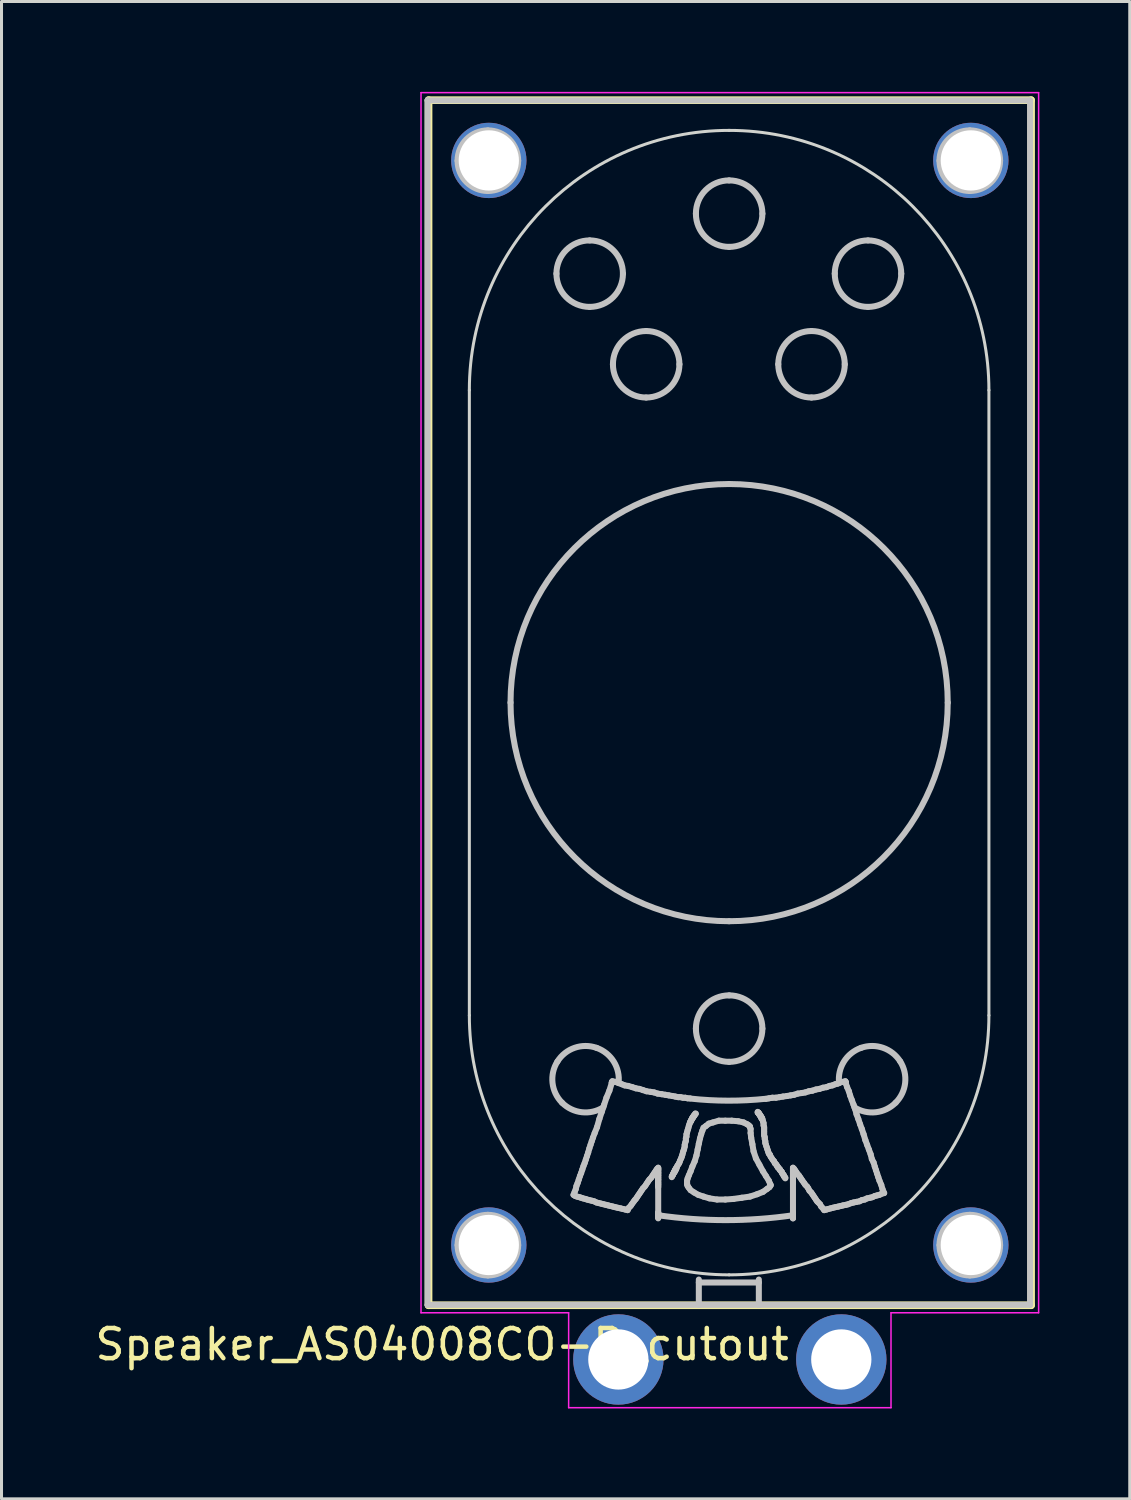
<source format=kicad_pcb>
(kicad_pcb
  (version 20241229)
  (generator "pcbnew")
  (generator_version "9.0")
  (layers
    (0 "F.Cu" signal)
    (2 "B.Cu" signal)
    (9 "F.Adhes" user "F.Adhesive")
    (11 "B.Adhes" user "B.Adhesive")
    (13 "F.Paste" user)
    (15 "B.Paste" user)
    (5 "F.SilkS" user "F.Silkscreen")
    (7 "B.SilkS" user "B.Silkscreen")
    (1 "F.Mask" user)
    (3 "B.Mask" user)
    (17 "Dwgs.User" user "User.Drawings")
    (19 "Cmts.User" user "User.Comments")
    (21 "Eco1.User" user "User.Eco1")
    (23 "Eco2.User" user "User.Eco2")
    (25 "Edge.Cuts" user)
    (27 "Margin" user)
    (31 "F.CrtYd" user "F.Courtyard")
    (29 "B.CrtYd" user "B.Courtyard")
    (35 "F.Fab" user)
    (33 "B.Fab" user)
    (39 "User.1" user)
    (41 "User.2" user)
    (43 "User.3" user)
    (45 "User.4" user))
  (footprint "Speaker_AS04008CO-R_cutout"
    (layer "F.Cu")
    (at 21.175 20.275)
    (property "Reference" "Speaker_AS04008CO-R_cutout" (at -9.55 21.3 0) (layer "F.SilkS") (effects (font (size 1 1) (thickness 0.15))))
    (attr smd)
    (fp_line (start -10 -20) (end -10 20) (stroke (width 0.254) (type solid)) (layer "F.SilkS"))
    (fp_line (start -10 -20) (end 10 -20) (stroke (width 0.254) (type solid)) (layer "F.SilkS"))
    (fp_line (start -10 20) (end 10 20) (stroke (width 0.254) (type solid)) (layer "F.SilkS"))
    (fp_line (start 10 -20) (end 10 20) (stroke (width 0.254) (type solid)) (layer "F.SilkS"))
    (fp_line (start -10.033 -19.993) (end 9.967 -19.993) (stroke (width 0.2) (type solid)) (layer "Dwgs.User"))
    (fp_line (start -10.033 19.987) (end -10.033 -19.993) (stroke (width 0.2) (type solid)) (layer "Dwgs.User"))
    (fp_line (start -5.189 16.335) (end -5.13 16.374) (stroke (width 0.2) (type solid)) (layer "Dwgs.User"))
    (fp_line (start -5.15 16.237) (end -5.189 16.335) (stroke (width 0.2) (type solid)) (layer "Dwgs.User"))
    (fp_line (start -5.13 16.374) (end -5.072 16.393) (stroke (width 0.2) (type solid)) (layer "Dwgs.User"))
    (fp_line (start -5.111 16.139) (end -5.15 16.237) (stroke (width 0.2) (type solid)) (layer "Dwgs.User"))
    (fp_line (start -5.091 16.042) (end -5.111 16.139) (stroke (width 0.2) (type solid)) (layer "Dwgs.User"))
    (fp_line (start -5.072 16.393) (end -4.994 16.413) (stroke (width 0.2) (type solid)) (layer "Dwgs.User"))
    (fp_line (start -5.052 15.944) (end -5.091 16.042) (stroke (width 0.2) (type solid)) (layer "Dwgs.User"))
    (fp_line (start -5.013 15.827) (end -5.052 15.944) (stroke (width 0.2) (type solid)) (layer "Dwgs.User"))
    (fp_line (start -4.994 16.413) (end -4.935 16.432) (stroke (width 0.2) (type solid)) (layer "Dwgs.User"))
    (fp_line (start -4.974 15.71) (end -5.013 15.827) (stroke (width 0.2) (type solid)) (layer "Dwgs.User"))
    (fp_line (start -4.935 15.612) (end -4.974 15.71) (stroke (width 0.2) (type solid)) (layer "Dwgs.User"))
    (fp_line (start -4.935 16.432) (end -4.876 16.452) (stroke (width 0.2) (type solid)) (layer "Dwgs.User"))
    (fp_line (start -4.896 15.495) (end -4.935 15.612) (stroke (width 0.2) (type solid)) (layer "Dwgs.User"))
    (fp_line (start -4.876 16.452) (end -4.798 16.471) (stroke (width 0.2) (type solid)) (layer "Dwgs.User"))
    (fp_line (start -4.857 15.378) (end -4.896 15.495) (stroke (width 0.2) (type solid)) (layer "Dwgs.User"))
    (fp_line (start -4.818 15.28) (end -4.857 15.378) (stroke (width 0.2) (type solid)) (layer "Dwgs.User"))
    (fp_line (start -4.798 16.471) (end -4.74 16.491) (stroke (width 0.2) (type solid)) (layer "Dwgs.User"))
    (fp_line (start -4.779 15.163) (end -4.818 15.28) (stroke (width 0.2) (type solid)) (layer "Dwgs.User"))
    (fp_line (start -4.74 15.046) (end -4.779 15.163) (stroke (width 0.2) (type solid)) (layer "Dwgs.User"))
    (fp_line (start -4.74 16.491) (end -4.662 16.511) (stroke (width 0.2) (type solid)) (layer "Dwgs.User"))
    (fp_line (start -4.701 14.929) (end -4.74 15.046) (stroke (width 0.2) (type solid)) (layer "Dwgs.User"))
    (fp_line (start -4.662 14.792) (end -4.701 14.929) (stroke (width 0.2) (type solid)) (layer "Dwgs.User"))
    (fp_line (start -4.662 16.511) (end -4.584 16.53) (stroke (width 0.2) (type solid)) (layer "Dwgs.User"))
    (fp_line (start -4.623 14.675) (end -4.662 14.792) (stroke (width 0.2) (type solid)) (layer "Dwgs.User"))
    (fp_line (start -4.584 14.557) (end -4.623 14.675) (stroke (width 0.2) (type solid)) (layer "Dwgs.User"))
    (fp_line (start -4.584 16.53) (end -4.505 16.55) (stroke (width 0.2) (type solid)) (layer "Dwgs.User"))
    (fp_line (start -4.544 14.44) (end -4.584 14.557) (stroke (width 0.2) (type solid)) (layer "Dwgs.User"))
    (fp_line (start -4.505 16.55) (end -4.427 16.589) (stroke (width 0.2) (type solid)) (layer "Dwgs.User"))
    (fp_line (start -4.486 14.284) (end -4.544 14.44) (stroke (width 0.2) (type solid)) (layer "Dwgs.User"))
    (fp_line (start -4.427 16.589) (end -4.349 16.608) (stroke (width 0.2) (type solid)) (layer "Dwgs.User"))
    (fp_line (start -4.408 14.089) (end -4.486 14.284) (stroke (width 0.2) (type solid)) (layer "Dwgs.User"))
    (fp_line (start -4.349 16.608) (end -4.271 16.628) (stroke (width 0.2) (type solid)) (layer "Dwgs.User"))
    (fp_line (start -4.33 13.815) (end -4.408 14.089) (stroke (width 0.2) (type solid)) (layer "Dwgs.User"))
    (fp_line (start -4.271 16.628) (end -4.193 16.647) (stroke (width 0.2) (type solid)) (layer "Dwgs.User"))
    (fp_line (start -4.251 13.581) (end -4.33 13.815) (stroke (width 0.2) (type solid)) (layer "Dwgs.User"))
    (fp_line (start -4.193 16.647) (end -4.115 16.667) (stroke (width 0.2) (type solid)) (layer "Dwgs.User"))
    (fp_line (start -4.173 13.347) (end -4.251 13.581) (stroke (width 0.2) (type solid)) (layer "Dwgs.User"))
    (fp_line (start -4.115 16.667) (end -4.037 16.686) (stroke (width 0.2) (type solid)) (layer "Dwgs.User"))
    (fp_line (start -4.095 13.112) (end -4.173 13.347) (stroke (width 0.2) (type solid)) (layer "Dwgs.User"))
    (fp_line (start -4.037 16.686) (end -3.959 16.706) (stroke (width 0.2) (type solid)) (layer "Dwgs.User"))
    (fp_line (start -3.998 12.878) (end -4.095 13.112) (stroke (width 0.2) (type solid)) (layer "Dwgs.User"))
    (fp_line (start -3.959 16.706) (end -3.88 16.725) (stroke (width 0.2) (type solid)) (layer "Dwgs.User"))
    (fp_line (start -3.919 12.604) (end -3.919 12.624) (stroke (width 0.2) (type solid)) (layer "Dwgs.User"))
    (fp_line (start -3.919 12.624) (end -3.998 12.878) (stroke (width 0.2) (type solid)) (layer "Dwgs.User"))
    (fp_line (start -3.9 12.565) (end -3.9 12.585) (stroke (width 0.2) (type solid)) (layer "Dwgs.User"))
    (fp_line (start -3.9 12.585) (end -3.9 12.604) (stroke (width 0.2) (type solid)) (layer "Dwgs.User"))
    (fp_line (start -3.9 12.604) (end -3.919 12.604) (stroke (width 0.2) (type solid)) (layer "Dwgs.User"))
    (fp_line (start -3.88 16.725) (end -3.802 16.745) (stroke (width 0.2) (type solid)) (layer "Dwgs.User"))
    (fp_line (start -3.802 12.585) (end -3.9 12.565) (stroke (width 0.2) (type solid)) (layer "Dwgs.User"))
    (fp_line (start -3.802 16.745) (end -3.724 16.764) (stroke (width 0.2) (type solid)) (layer "Dwgs.User"))
    (fp_line (start -3.724 16.764) (end -3.626 16.784) (stroke (width 0.2) (type solid)) (layer "Dwgs.User"))
    (fp_line (start -3.685 12.624) (end -3.802 12.585) (stroke (width 0.2) (type solid)) (layer "Dwgs.User"))
    (fp_line (start -3.626 16.784) (end -3.548 16.804) (stroke (width 0.2) (type solid)) (layer "Dwgs.User"))
    (fp_line (start -3.587 12.663) (end -3.685 12.624) (stroke (width 0.2) (type solid)) (layer "Dwgs.User"))
    (fp_line (start -3.548 16.804) (end -3.47 16.823) (stroke (width 0.2) (type solid)) (layer "Dwgs.User"))
    (fp_line (start -3.49 12.702) (end -3.587 12.663) (stroke (width 0.2) (type solid)) (layer "Dwgs.User"))
    (fp_line (start -3.47 16.823) (end -3.392 16.843) (stroke (width 0.2) (type solid)) (layer "Dwgs.User"))
    (fp_line (start -3.392 16.843) (end -3.353 16.764) (stroke (width 0.2) (type solid)) (layer "Dwgs.User"))
    (fp_line (start -3.373 12.721) (end -3.49 12.702) (stroke (width 0.2) (type solid)) (layer "Dwgs.User"))
    (fp_line (start -3.353 16.764) (end -3.294 16.706) (stroke (width 0.2) (type solid)) (layer "Dwgs.User"))
    (fp_line (start -3.294 16.706) (end -3.255 16.647) (stroke (width 0.2) (type solid)) (layer "Dwgs.User"))
    (fp_line (start -3.255 16.647) (end -3.197 16.569) (stroke (width 0.2) (type solid)) (layer "Dwgs.User"))
    (fp_line (start -3.236 12.761) (end -3.373 12.721) (stroke (width 0.2) (type solid)) (layer "Dwgs.User"))
    (fp_line (start -3.197 16.569) (end -3.158 16.511) (stroke (width 0.2) (type solid)) (layer "Dwgs.User"))
    (fp_line (start -3.158 16.511) (end -3.119 16.471) (stroke (width 0.2) (type solid)) (layer "Dwgs.User"))
    (fp_line (start -3.119 12.8) (end -3.236 12.761) (stroke (width 0.2) (type solid)) (layer "Dwgs.User"))
    (fp_line (start -3.119 16.471) (end -3.08 16.413) (stroke (width 0.2) (type solid)) (layer "Dwgs.User"))
    (fp_line (start -3.08 16.413) (end -3.041 16.354) (stroke (width 0.2) (type solid)) (layer "Dwgs.User"))
    (fp_line (start -3.041 16.354) (end -3.001 16.296) (stroke (width 0.2) (type solid)) (layer "Dwgs.User"))
    (fp_line (start -3.001 12.819) (end -3.119 12.8) (stroke (width 0.2) (type solid)) (layer "Dwgs.User"))
    (fp_line (start -3.001 16.296) (end -2.962 16.237) (stroke (width 0.2) (type solid)) (layer "Dwgs.User"))
    (fp_line (start -2.962 16.237) (end -2.923 16.179) (stroke (width 0.2) (type solid)) (layer "Dwgs.User"))
    (fp_line (start -2.923 16.179) (end -2.884 16.12) (stroke (width 0.2) (type solid)) (layer "Dwgs.User"))
    (fp_line (start -2.884 12.858) (end -3.001 12.819) (stroke (width 0.2) (type solid)) (layer "Dwgs.User"))
    (fp_line (start -2.884 16.12) (end -2.826 16.061) (stroke (width 0.2) (type solid)) (layer "Dwgs.User"))
    (fp_line (start -2.826 16.061) (end -2.787 16.003) (stroke (width 0.2) (type solid)) (layer "Dwgs.User"))
    (fp_line (start -2.787 16.003) (end -2.748 15.944) (stroke (width 0.2) (type solid)) (layer "Dwgs.User"))
    (fp_line (start -2.767 12.897) (end -2.884 12.858) (stroke (width 0.2) (type solid)) (layer "Dwgs.User"))
    (fp_line (start -2.748 15.944) (end -2.709 15.886) (stroke (width 0.2) (type solid)) (layer "Dwgs.User"))
    (fp_line (start -2.709 15.886) (end -2.669 15.827) (stroke (width 0.2) (type solid)) (layer "Dwgs.User"))
    (fp_line (start -2.669 15.827) (end -2.611 15.768) (stroke (width 0.2) (type solid)) (layer "Dwgs.User"))
    (fp_line (start -2.63 12.917) (end -2.767 12.897) (stroke (width 0.2) (type solid)) (layer "Dwgs.User"))
    (fp_line (start -2.611 15.768) (end -2.572 15.71) (stroke (width 0.2) (type solid)) (layer "Dwgs.User"))
    (fp_line (start -2.572 15.71) (end -2.533 15.651) (stroke (width 0.2) (type solid)) (layer "Dwgs.User"))
    (fp_line (start -2.533 15.651) (end -2.494 15.593) (stroke (width 0.2) (type solid)) (layer "Dwgs.User"))
    (fp_line (start -2.513 12.936) (end -2.63 12.917) (stroke (width 0.2) (type solid)) (layer "Dwgs.User"))
    (fp_line (start -2.494 15.593) (end -2.455 15.534) (stroke (width 0.2) (type solid)) (layer "Dwgs.User"))
    (fp_line (start -2.455 15.534) (end -2.416 15.475) (stroke (width 0.2) (type solid)) (layer "Dwgs.User"))
    (fp_line (start -2.416 15.475) (end -2.377 15.436) (stroke (width 0.2) (type solid)) (layer "Dwgs.User"))
    (fp_line (start -2.396 12.975) (end -2.513 12.936) (stroke (width 0.2) (type solid)) (layer "Dwgs.User"))
    (fp_line (start -2.377 15.436) (end -2.377 15.456) (stroke (width 0.2) (type solid)) (layer "Dwgs.User"))
    (fp_line (start -2.377 15.456) (end -2.377 15.475) (stroke (width 0.2) (type solid)) (layer "Dwgs.User"))
    (fp_line (start -2.377 15.475) (end -2.377 15.495) (stroke (width 0.2) (type solid)) (layer "Dwgs.User"))
    (fp_line (start -2.377 15.495) (end -2.377 15.514) (stroke (width 0.2) (type solid)) (layer "Dwgs.User"))
    (fp_line (start -2.377 15.514) (end -2.377 15.534) (stroke (width 0.2) (type solid)) (layer "Dwgs.User"))
    (fp_line (start -2.377 15.534) (end -2.377 15.573) (stroke (width 0.2) (type solid)) (layer "Dwgs.User"))
    (fp_line (start -2.377 15.573) (end -2.377 15.593) (stroke (width 0.2) (type solid)) (layer "Dwgs.User"))
    (fp_line (start -2.377 15.593) (end -2.377 15.612) (stroke (width 0.2) (type solid)) (layer "Dwgs.User"))
    (fp_line (start -2.377 15.612) (end -2.377 15.632) (stroke (width 0.2) (type solid)) (layer "Dwgs.User"))
    (fp_line (start -2.377 15.632) (end -2.377 15.671) (stroke (width 0.2) (type solid)) (layer "Dwgs.User"))
    (fp_line (start -2.377 15.671) (end -2.377 15.69) (stroke (width 0.2) (type solid)) (layer "Dwgs.User"))
    (fp_line (start -2.377 15.69) (end -2.377 15.71) (stroke (width 0.2) (type solid)) (layer "Dwgs.User"))
    (fp_line (start -2.377 15.71) (end -2.377 15.749) (stroke (width 0.2) (type solid)) (layer "Dwgs.User"))
    (fp_line (start -2.377 15.749) (end -2.377 15.768) (stroke (width 0.2) (type solid)) (layer "Dwgs.User"))
    (fp_line (start -2.377 15.768) (end -2.377 15.807) (stroke (width 0.2) (type solid)) (layer "Dwgs.User"))
    (fp_line (start -2.377 15.807) (end -2.377 15.827) (stroke (width 0.2) (type solid)) (layer "Dwgs.User"))
    (fp_line (start -2.377 15.827) (end -2.377 15.847) (stroke (width 0.2) (type solid)) (layer "Dwgs.User"))
    (fp_line (start -2.377 15.847) (end -2.377 15.886) (stroke (width 0.2) (type solid)) (layer "Dwgs.User"))
    (fp_line (start -2.377 15.886) (end -2.377 15.925) (stroke (width 0.2) (type solid)) (layer "Dwgs.User"))
    (fp_line (start -2.377 15.925) (end -2.377 15.944) (stroke (width 0.2) (type solid)) (layer "Dwgs.User"))
    (fp_line (start -2.377 15.944) (end -2.377 15.983) (stroke (width 0.2) (type solid)) (layer "Dwgs.User"))
    (fp_line (start -2.377 15.983) (end -2.377 16.003) (stroke (width 0.2) (type solid)) (layer "Dwgs.User"))
    (fp_line (start -2.377 16.003) (end -2.377 16.042) (stroke (width 0.2) (type solid)) (layer "Dwgs.User"))
    (fp_line (start -2.377 16.042) (end -2.377 16.081) (stroke (width 0.2) (type solid)) (layer "Dwgs.User"))
    (fp_line (start -2.377 16.921) (end -2.377 16.081) (stroke (width 0.2) (type solid)) (layer "Dwgs.User"))
    (fp_line (start -2.377 16.921) (end -2.377 16.921) (stroke (width 0.2) (type solid)) (layer "Dwgs.User"))
    (fp_line (start -2.377 16.921) (end -2.377 16.94) (stroke (width 0.2) (type solid)) (layer "Dwgs.User"))
    (fp_line (start -2.377 16.94) (end -2.377 16.96) (stroke (width 0.2) (type solid)) (layer "Dwgs.User"))
    (fp_line (start -2.377 16.96) (end -2.377 16.979) (stroke (width 0.2) (type solid)) (layer "Dwgs.User"))
    (fp_line (start -2.377 16.979) (end -2.377 16.999) (stroke (width 0.2) (type solid)) (layer "Dwgs.User"))
    (fp_line (start -2.377 16.999) (end -2.377 17.018) (stroke (width 0.2) (type solid)) (layer "Dwgs.User"))
    (fp_line (start -2.377 17.018) (end -2.377 17.018) (stroke (width 0.2) (type solid)) (layer "Dwgs.User"))
    (fp_line (start -2.377 17.018) (end -2.377 17.038) (stroke (width 0.2) (type solid)) (layer "Dwgs.User"))
    (fp_line (start -2.377 17.038) (end -2.377 17.057) (stroke (width 0.2) (type solid)) (layer "Dwgs.User"))
    (fp_line (start -2.377 17.057) (end -2.377 17.077) (stroke (width 0.2) (type solid)) (layer "Dwgs.User"))
    (fp_line (start -2.377 17.077) (end -2.377 17.097) (stroke (width 0.2) (type solid)) (layer "Dwgs.User"))
    (fp_line (start -2.377 17.097) (end -2.377 17.116) (stroke (width 0.2) (type solid)) (layer "Dwgs.User"))
    (fp_line (start -2.259 12.995) (end -2.396 12.975) (stroke (width 0.2) (type solid)) (layer "Dwgs.User"))
    (fp_line (start -2.142 13.014) (end -2.259 12.995) (stroke (width 0.2) (type solid)) (layer "Dwgs.User"))
    (fp_line (start -2.025 13.034) (end -2.142 13.014) (stroke (width 0.2) (type solid)) (layer "Dwgs.User"))
    (fp_line (start -1.927 15.729) (end -1.927 15.749) (stroke (width 0.2) (type solid)) (layer "Dwgs.User"))
    (fp_line (start -1.908 13.054) (end -2.025 13.034) (stroke (width 0.2) (type solid)) (layer "Dwgs.User"))
    (fp_line (start -1.908 15.69) (end -1.908 15.71) (stroke (width 0.2) (type solid)) (layer "Dwgs.User"))
    (fp_line (start -1.908 15.71) (end -1.927 15.729) (stroke (width 0.2) (type solid)) (layer "Dwgs.User"))
    (fp_line (start -1.888 15.651) (end -1.888 15.671) (stroke (width 0.2) (type solid)) (layer "Dwgs.User"))
    (fp_line (start -1.888 15.671) (end -1.908 15.69) (stroke (width 0.2) (type solid)) (layer "Dwgs.User"))
    (fp_line (start -1.869 15.612) (end -1.869 15.632) (stroke (width 0.2) (type solid)) (layer "Dwgs.User"))
    (fp_line (start -1.869 15.632) (end -1.888 15.651) (stroke (width 0.2) (type solid)) (layer "Dwgs.User"))
    (fp_line (start -1.849 15.573) (end -1.849 15.593) (stroke (width 0.2) (type solid)) (layer "Dwgs.User"))
    (fp_line (start -1.849 15.593) (end -1.869 15.612) (stroke (width 0.2) (type solid)) (layer "Dwgs.User"))
    (fp_line (start -1.83 15.534) (end -1.83 15.554) (stroke (width 0.2) (type solid)) (layer "Dwgs.User"))
    (fp_line (start -1.83 15.554) (end -1.83 15.573) (stroke (width 0.2) (type solid)) (layer "Dwgs.User"))
    (fp_line (start -1.83 15.573) (end -1.849 15.573) (stroke (width 0.2) (type solid)) (layer "Dwgs.User"))
    (fp_line (start -1.81 13.073) (end -1.908 13.054) (stroke (width 0.2) (type solid)) (layer "Dwgs.User"))
    (fp_line (start -1.81 15.495) (end -1.81 15.514) (stroke (width 0.2) (type solid)) (layer "Dwgs.User"))
    (fp_line (start -1.81 15.514) (end -1.81 15.534) (stroke (width 0.2) (type solid)) (layer "Dwgs.User"))
    (fp_line (start -1.81 15.534) (end -1.83 15.534) (stroke (width 0.2) (type solid)) (layer "Dwgs.User"))
    (fp_line (start -1.791 15.456) (end -1.791 15.475) (stroke (width 0.2) (type solid)) (layer "Dwgs.User"))
    (fp_line (start -1.791 15.475) (end -1.791 15.495) (stroke (width 0.2) (type solid)) (layer "Dwgs.User"))
    (fp_line (start -1.791 15.495) (end -1.81 15.495) (stroke (width 0.2) (type solid)) (layer "Dwgs.User"))
    (fp_line (start -1.771 15.456) (end -1.791 15.456) (stroke (width 0.2) (type solid)) (layer "Dwgs.User"))
    (fp_line (start -1.752 15.397) (end -1.771 15.456) (stroke (width 0.2) (type solid)) (layer "Dwgs.User"))
    (fp_line (start -1.732 15.358) (end -1.752 15.397) (stroke (width 0.2) (type solid)) (layer "Dwgs.User"))
    (fp_line (start -1.712 13.093) (end -1.81 13.073) (stroke (width 0.2) (type solid)) (layer "Dwgs.User"))
    (fp_line (start -1.693 15.3) (end -1.732 15.358) (stroke (width 0.2) (type solid)) (layer "Dwgs.User"))
    (fp_line (start -1.673 15.261) (end -1.693 15.3) (stroke (width 0.2) (type solid)) (layer "Dwgs.User"))
    (fp_line (start -1.654 15.202) (end -1.673 15.261) (stroke (width 0.2) (type solid)) (layer "Dwgs.User"))
    (fp_line (start -1.634 13.093) (end -1.712 13.093) (stroke (width 0.2) (type solid)) (layer "Dwgs.User"))
    (fp_line (start -1.615 15.124) (end -1.654 15.202) (stroke (width 0.2) (type solid)) (layer "Dwgs.User"))
    (fp_line (start -1.595 15.065) (end -1.615 15.124) (stroke (width 0.2) (type solid)) (layer "Dwgs.User"))
    (fp_line (start -1.576 15.007) (end -1.595 15.065) (stroke (width 0.2) (type solid)) (layer "Dwgs.User"))
    (fp_line (start -1.556 13.112) (end -1.634 13.093) (stroke (width 0.2) (type solid)) (layer "Dwgs.User"))
    (fp_line (start -1.556 14.929) (end -1.576 15.007) (stroke (width 0.2) (type solid)) (layer "Dwgs.User"))
    (fp_line (start -1.537 14.87) (end -1.556 14.929) (stroke (width 0.2) (type solid)) (layer "Dwgs.User"))
    (fp_line (start -1.517 14.811) (end -1.537 14.87) (stroke (width 0.2) (type solid)) (layer "Dwgs.User"))
    (fp_line (start -1.498 14.675) (end -1.498 14.733) (stroke (width 0.2) (type solid)) (layer "Dwgs.User"))
    (fp_line (start -1.498 14.733) (end -1.517 14.811) (stroke (width 0.2) (type solid)) (layer "Dwgs.User"))
    (fp_line (start -1.478 13.112) (end -1.556 13.112) (stroke (width 0.2) (type solid)) (layer "Dwgs.User"))
    (fp_line (start -1.478 14.597) (end -1.498 14.675) (stroke (width 0.2) (type solid)) (layer "Dwgs.User"))
    (fp_line (start -1.459 14.46) (end -1.459 14.538) (stroke (width 0.2) (type solid)) (layer "Dwgs.User"))
    (fp_line (start -1.459 14.538) (end -1.478 14.597) (stroke (width 0.2) (type solid)) (layer "Dwgs.User"))
    (fp_line (start -1.439 14.323) (end -1.439 14.401) (stroke (width 0.2) (type solid)) (layer "Dwgs.User"))
    (fp_line (start -1.439 14.401) (end -1.459 14.46) (stroke (width 0.2) (type solid)) (layer "Dwgs.User"))
    (fp_line (start -1.419 14.264) (end -1.439 14.323) (stroke (width 0.2) (type solid)) (layer "Dwgs.User"))
    (fp_line (start -1.419 15.866) (end -1.4 15.788) (stroke (width 0.2) (type solid)) (layer "Dwgs.User"))
    (fp_line (start -1.419 15.944) (end -1.419 15.866) (stroke (width 0.2) (type solid)) (layer "Dwgs.User"))
    (fp_line (start -1.419 15.983) (end -1.419 15.944) (stroke (width 0.2) (type solid)) (layer "Dwgs.User"))
    (fp_line (start -1.4 13.132) (end -1.478 13.112) (stroke (width 0.2) (type solid)) (layer "Dwgs.User"))
    (fp_line (start -1.4 14.186) (end -1.419 14.264) (stroke (width 0.2) (type solid)) (layer "Dwgs.User"))
    (fp_line (start -1.4 15.788) (end -1.361 15.69) (stroke (width 0.2) (type solid)) (layer "Dwgs.User"))
    (fp_line (start -1.4 16.042) (end -1.419 15.983) (stroke (width 0.2) (type solid)) (layer "Dwgs.User"))
    (fp_line (start -1.38 14.128) (end -1.4 14.186) (stroke (width 0.2) (type solid)) (layer "Dwgs.User"))
    (fp_line (start -1.361 14.05) (end -1.38 14.128) (stroke (width 0.2) (type solid)) (layer "Dwgs.User"))
    (fp_line (start -1.361 15.69) (end -1.302 15.554) (stroke (width 0.2) (type solid)) (layer "Dwgs.User"))
    (fp_line (start -1.361 16.1) (end -1.4 16.042) (stroke (width 0.2) (type solid)) (layer "Dwgs.User"))
    (fp_line (start -1.341 13.991) (end -1.361 14.05) (stroke (width 0.2) (type solid)) (layer "Dwgs.User"))
    (fp_line (start -1.322 13.132) (end -1.4 13.132) (stroke (width 0.2) (type solid)) (layer "Dwgs.User"))
    (fp_line (start -1.322 13.932) (end -1.341 13.991) (stroke (width 0.2) (type solid)) (layer "Dwgs.User"))
    (fp_line (start -1.302 13.893) (end -1.302 13.913) (stroke (width 0.2) (type solid)) (layer "Dwgs.User"))
    (fp_line (start -1.302 13.913) (end -1.322 13.932) (stroke (width 0.2) (type solid)) (layer "Dwgs.User"))
    (fp_line (start -1.302 15.554) (end -1.244 15.397) (stroke (width 0.2) (type solid)) (layer "Dwgs.User"))
    (fp_line (start -1.302 16.179) (end -1.361 16.1) (stroke (width 0.2) (type solid)) (layer "Dwgs.User"))
    (fp_line (start -1.283 13.854) (end -1.283 13.874) (stroke (width 0.2) (type solid)) (layer "Dwgs.User"))
    (fp_line (start -1.283 13.874) (end -1.302 13.893) (stroke (width 0.2) (type solid)) (layer "Dwgs.User"))
    (fp_line (start -1.263 13.815) (end -1.263 13.835) (stroke (width 0.2) (type solid)) (layer "Dwgs.User"))
    (fp_line (start -1.263 13.835) (end -1.283 13.854) (stroke (width 0.2) (type solid)) (layer "Dwgs.User"))
    (fp_line (start -1.244 13.776) (end -1.244 13.796) (stroke (width 0.2) (type solid)) (layer "Dwgs.User"))
    (fp_line (start -1.244 13.796) (end -1.263 13.815) (stroke (width 0.2) (type solid)) (layer "Dwgs.User"))
    (fp_line (start -1.244 15.397) (end -1.166 15.222) (stroke (width 0.2) (type solid)) (layer "Dwgs.User"))
    (fp_line (start -1.224 13.757) (end -1.224 13.776) (stroke (width 0.2) (type solid)) (layer "Dwgs.User"))
    (fp_line (start -1.224 13.776) (end -1.244 13.776) (stroke (width 0.2) (type solid)) (layer "Dwgs.User"))
    (fp_line (start -1.205 13.718) (end -1.205 13.737) (stroke (width 0.2) (type solid)) (layer "Dwgs.User"))
    (fp_line (start -1.205 13.737) (end -1.224 13.757) (stroke (width 0.2) (type solid)) (layer "Dwgs.User"))
    (fp_line (start -1.185 13.698) (end -1.185 13.718) (stroke (width 0.2) (type solid)) (layer "Dwgs.User"))
    (fp_line (start -1.185 13.718) (end -1.205 13.718) (stroke (width 0.2) (type solid)) (layer "Dwgs.User"))
    (fp_line (start -1.185 16.257) (end -1.302 16.179) (stroke (width 0.2) (type solid)) (layer "Dwgs.User"))
    (fp_line (start -1.166 13.679) (end -1.185 13.698) (stroke (width 0.2) (type solid)) (layer "Dwgs.User"))
    (fp_line (start -1.166 15.222) (end -1.107 15.026) (stroke (width 0.2) (type solid)) (layer "Dwgs.User"))
    (fp_line (start -1.146 13.639) (end -1.146 13.659) (stroke (width 0.2) (type solid)) (layer "Dwgs.User"))
    (fp_line (start -1.146 13.659) (end -1.166 13.679) (stroke (width 0.2) (type solid)) (layer "Dwgs.User"))
    (fp_line (start -1.126 13.639) (end -1.146 13.639) (stroke (width 0.2) (type solid)) (layer "Dwgs.User"))
    (fp_line (start -1.107 15.026) (end -1.068 14.831) (stroke (width 0.2) (type solid)) (layer "Dwgs.User"))
    (fp_line (start -1.068 14.831) (end -1.029 14.636) (stroke (width 0.2) (type solid)) (layer "Dwgs.User"))
    (fp_line (start -1.048 16.335) (end -1.185 16.257) (stroke (width 0.2) (type solid)) (layer "Dwgs.User"))
    (fp_line (start -1.029 14.636) (end -0.99 14.46) (stroke (width 0.2) (type solid)) (layer "Dwgs.User"))
    (fp_line (start -1.029 19.147) (end -1.029 19.987) (stroke (width 0.2) (type solid)) (layer "Dwgs.User"))
    (fp_line (start -1.029 19.245) (end 0.963 19.245) (stroke (width 0.2) (type solid)) (layer "Dwgs.User"))
    (fp_line (start -1.029 19.987) (end -10.033 19.987) (stroke (width 0.2) (type solid)) (layer "Dwgs.User"))
    (fp_line (start -1.029 19.987) (end 0.963 19.987) (stroke (width 0.2) (type solid)) (layer "Dwgs.User"))
    (fp_line (start -0.99 14.46) (end -0.951 14.323) (stroke (width 0.2) (type solid)) (layer "Dwgs.User"))
    (fp_line (start -0.951 14.323) (end -0.912 14.206) (stroke (width 0.2) (type solid)) (layer "Dwgs.User"))
    (fp_line (start -0.912 14.206) (end -0.873 14.108) (stroke (width 0.2) (type solid)) (layer "Dwgs.User"))
    (fp_line (start -0.873 14.108) (end -0.794 14.05) (stroke (width 0.2) (type solid)) (layer "Dwgs.User"))
    (fp_line (start -0.873 16.393) (end -1.048 16.335) (stroke (width 0.2) (type solid)) (layer "Dwgs.User"))
    (fp_line (start -0.794 14.05) (end -0.697 13.972) (stroke (width 0.2) (type solid)) (layer "Dwgs.User"))
    (fp_line (start -0.697 13.972) (end -0.56 13.932) (stroke (width 0.2) (type solid)) (layer "Dwgs.User"))
    (fp_line (start -0.677 16.452) (end -0.873 16.393) (stroke (width 0.2) (type solid)) (layer "Dwgs.User"))
    (fp_line (start -0.56 13.932) (end -0.365 13.874) (stroke (width 0.2) (type solid)) (layer "Dwgs.User"))
    (fp_line (start -0.423 16.491) (end -0.677 16.452) (stroke (width 0.2) (type solid)) (layer "Dwgs.User"))
    (fp_line (start -0.365 13.874) (end -0.15 13.874) (stroke (width 0.2) (type solid)) (layer "Dwgs.User"))
    (fp_line (start -0.15 13.874) (end 0.065 13.874) (stroke (width 0.2) (type solid)) (layer "Dwgs.User"))
    (fp_line (start -0.15 16.491) (end -0.423 16.491) (stroke (width 0.2) (type solid)) (layer "Dwgs.User"))
    (fp_line (start 0.065 13.874) (end 0.28 13.893) (stroke (width 0.2) (type solid)) (layer "Dwgs.User"))
    (fp_line (start 0.124 16.471) (end -0.15 16.491) (stroke (width 0.2) (type solid)) (layer "Dwgs.User"))
    (fp_line (start 0.28 13.893) (end 0.456 13.932) (stroke (width 0.2) (type solid)) (layer "Dwgs.User"))
    (fp_line (start 0.397 16.432) (end 0.124 16.471) (stroke (width 0.2) (type solid)) (layer "Dwgs.User"))
    (fp_line (start 0.456 13.932) (end 0.573 13.991) (stroke (width 0.2) (type solid)) (layer "Dwgs.User"))
    (fp_line (start 0.573 13.991) (end 0.631 14.03) (stroke (width 0.2) (type solid)) (layer "Dwgs.User"))
    (fp_line (start 0.631 14.03) (end 0.67 14.069) (stroke (width 0.2) (type solid)) (layer "Dwgs.User"))
    (fp_line (start 0.67 14.069) (end 0.67 14.089) (stroke (width 0.2) (type solid)) (layer "Dwgs.User"))
    (fp_line (start 0.67 14.089) (end 0.69 14.147) (stroke (width 0.2) (type solid)) (layer "Dwgs.User"))
    (fp_line (start 0.67 16.393) (end 0.397 16.432) (stroke (width 0.2) (type solid)) (layer "Dwgs.User"))
    (fp_line (start 0.69 14.147) (end 0.69 14.284) (stroke (width 0.2) (type solid)) (layer "Dwgs.User"))
    (fp_line (start 0.69 14.284) (end 0.709 14.44) (stroke (width 0.2) (type solid)) (layer "Dwgs.User"))
    (fp_line (start 0.709 14.44) (end 0.749 14.655) (stroke (width 0.2) (type solid)) (layer "Dwgs.User"))
    (fp_line (start 0.749 14.655) (end 0.788 14.889) (stroke (width 0.2) (type solid)) (layer "Dwgs.User"))
    (fp_line (start 0.788 14.889) (end 0.866 15.124) (stroke (width 0.2) (type solid)) (layer "Dwgs.User"))
    (fp_line (start 0.866 15.124) (end 0.983 15.339) (stroke (width 0.2) (type solid)) (layer "Dwgs.User"))
    (fp_line (start 0.905 16.315) (end 0.67 16.393) (stroke (width 0.2) (type solid)) (layer "Dwgs.User"))
    (fp_line (start 0.924 13.6) (end 0.924 13.581) (stroke (width 0.2) (type solid)) (layer "Dwgs.User"))
    (fp_line (start 0.944 13.6) (end 0.924 13.6) (stroke (width 0.2) (type solid)) (layer "Dwgs.User"))
    (fp_line (start 0.944 13.62) (end 0.944 13.6) (stroke (width 0.2) (type solid)) (layer "Dwgs.User"))
    (fp_line (start 0.963 13.62) (end 0.944 13.62) (stroke (width 0.2) (type solid)) (layer "Dwgs.User"))
    (fp_line (start 0.963 13.639) (end 0.963 13.62) (stroke (width 0.2) (type solid)) (layer "Dwgs.User"))
    (fp_line (start 0.963 19.987) (end 0.963 19.147) (stroke (width 0.2) (type solid)) (layer "Dwgs.User"))
    (fp_line (start 0.983 13.659) (end 0.963 13.639) (stroke (width 0.2) (type solid)) (layer "Dwgs.User"))
    (fp_line (start 0.983 13.679) (end 0.983 13.659) (stroke (width 0.2) (type solid)) (layer "Dwgs.User"))
    (fp_line (start 0.983 15.339) (end 1.1 15.554) (stroke (width 0.2) (type solid)) (layer "Dwgs.User"))
    (fp_line (start 1.002 13.679) (end 0.983 13.679) (stroke (width 0.2) (type solid)) (layer "Dwgs.User"))
    (fp_line (start 1.002 13.698) (end 1.002 13.679) (stroke (width 0.2) (type solid)) (layer "Dwgs.User"))
    (fp_line (start 1.022 13.718) (end 1.002 13.698) (stroke (width 0.2) (type solid)) (layer "Dwgs.User"))
    (fp_line (start 1.022 13.737) (end 1.022 13.718) (stroke (width 0.2) (type solid)) (layer "Dwgs.User"))
    (fp_line (start 1.041 13.737) (end 1.022 13.737) (stroke (width 0.2) (type solid)) (layer "Dwgs.User"))
    (fp_line (start 1.041 13.757) (end 1.041 13.737) (stroke (width 0.2) (type solid)) (layer "Dwgs.User"))
    (fp_line (start 1.041 13.776) (end 1.041 13.757) (stroke (width 0.2) (type solid)) (layer "Dwgs.User"))
    (fp_line (start 1.061 13.776) (end 1.041 13.776) (stroke (width 0.2) (type solid)) (layer "Dwgs.User"))
    (fp_line (start 1.061 13.796) (end 1.061 13.776) (stroke (width 0.2) (type solid)) (layer "Dwgs.User"))
    (fp_line (start 1.061 13.815) (end 1.061 13.796) (stroke (width 0.2) (type solid)) (layer "Dwgs.User"))
    (fp_line (start 1.081 13.815) (end 1.061 13.815) (stroke (width 0.2) (type solid)) (layer "Dwgs.User"))
    (fp_line (start 1.1 13.893) (end 1.081 13.815) (stroke (width 0.2) (type solid)) (layer "Dwgs.User"))
    (fp_line (start 1.1 15.554) (end 1.198 15.71) (stroke (width 0.2) (type solid)) (layer "Dwgs.User"))
    (fp_line (start 1.1 16.237) (end 0.905 16.315) (stroke (width 0.2) (type solid)) (layer "Dwgs.User"))
    (fp_line (start 1.12 13.952) (end 1.1 13.893) (stroke (width 0.2) (type solid)) (layer "Dwgs.User"))
    (fp_line (start 1.12 14.03) (end 1.12 13.952) (stroke (width 0.2) (type solid)) (layer "Dwgs.User"))
    (fp_line (start 1.139 14.089) (end 1.12 14.03) (stroke (width 0.2) (type solid)) (layer "Dwgs.User"))
    (fp_line (start 1.139 14.147) (end 1.139 14.089) (stroke (width 0.2) (type solid)) (layer "Dwgs.User"))
    (fp_line (start 1.139 14.225) (end 1.139 14.147) (stroke (width 0.2) (type solid)) (layer "Dwgs.User"))
    (fp_line (start 1.139 14.284) (end 1.139 14.225) (stroke (width 0.2) (type solid)) (layer "Dwgs.User"))
    (fp_line (start 1.139 14.362) (end 1.139 14.284) (stroke (width 0.2) (type solid)) (layer "Dwgs.User"))
    (fp_line (start 1.159 14.421) (end 1.139 14.362) (stroke (width 0.2) (type solid)) (layer "Dwgs.User"))
    (fp_line (start 1.159 14.479) (end 1.159 14.421) (stroke (width 0.2) (type solid)) (layer "Dwgs.User"))
    (fp_line (start 1.178 14.557) (end 1.159 14.479) (stroke (width 0.2) (type solid)) (layer "Dwgs.User"))
    (fp_line (start 1.178 14.616) (end 1.178 14.557) (stroke (width 0.2) (type solid)) (layer "Dwgs.User"))
    (fp_line (start 1.198 14.675) (end 1.178 14.616) (stroke (width 0.2) (type solid)) (layer "Dwgs.User"))
    (fp_line (start 1.198 15.71) (end 1.295 15.866) (stroke (width 0.2) (type solid)) (layer "Dwgs.User"))
    (fp_line (start 1.217 14.733) (end 1.198 14.675) (stroke (width 0.2) (type solid)) (layer "Dwgs.User"))
    (fp_line (start 1.237 14.792) (end 1.217 14.733) (stroke (width 0.2) (type solid)) (layer "Dwgs.User"))
    (fp_line (start 1.237 16.139) (end 1.1 16.237) (stroke (width 0.2) (type solid)) (layer "Dwgs.User"))
    (fp_line (start 1.256 14.85) (end 1.237 14.792) (stroke (width 0.2) (type solid)) (layer "Dwgs.User"))
    (fp_line (start 1.276 14.909) (end 1.256 14.85) (stroke (width 0.2) (type solid)) (layer "Dwgs.User"))
    (fp_line (start 1.295 13.132) (end 1.198 13.151) (stroke (width 0.2) (type solid)) (layer "Dwgs.User"))
    (fp_line (start 1.295 14.968) (end 1.276 14.909) (stroke (width 0.2) (type solid)) (layer "Dwgs.User"))
    (fp_line (start 1.295 15.866) (end 1.334 15.964) (stroke (width 0.2) (type solid)) (layer "Dwgs.User"))
    (fp_line (start 1.315 16.081) (end 1.237 16.139) (stroke (width 0.2) (type solid)) (layer "Dwgs.User"))
    (fp_line (start 1.334 15.007) (end 1.295 14.968) (stroke (width 0.2) (type solid)) (layer "Dwgs.User"))
    (fp_line (start 1.334 15.964) (end 1.354 16.003) (stroke (width 0.2) (type solid)) (layer "Dwgs.User"))
    (fp_line (start 1.354 15.065) (end 1.334 15.007) (stroke (width 0.2) (type solid)) (layer "Dwgs.User"))
    (fp_line (start 1.354 16.003) (end 1.354 16.022) (stroke (width 0.2) (type solid)) (layer "Dwgs.User"))
    (fp_line (start 1.354 16.022) (end 1.315 16.081) (stroke (width 0.2) (type solid)) (layer "Dwgs.User"))
    (fp_line (start 1.393 15.124) (end 1.354 15.065) (stroke (width 0.2) (type solid)) (layer "Dwgs.User"))
    (fp_line (start 1.413 13.112) (end 1.295 13.132) (stroke (width 0.2) (type solid)) (layer "Dwgs.User"))
    (fp_line (start 1.432 15.182) (end 1.393 15.124) (stroke (width 0.2) (type solid)) (layer "Dwgs.User"))
    (fp_line (start 1.471 15.222) (end 1.432 15.182) (stroke (width 0.2) (type solid)) (layer "Dwgs.User"))
    (fp_line (start 1.491 15.28) (end 1.471 15.222) (stroke (width 0.2) (type solid)) (layer "Dwgs.User"))
    (fp_line (start 1.51 15.3) (end 1.491 15.28) (stroke (width 0.2) (type solid)) (layer "Dwgs.User"))
    (fp_line (start 1.53 13.112) (end 1.413 13.112) (stroke (width 0.2) (type solid)) (layer "Dwgs.User"))
    (fp_line (start 1.53 15.319) (end 1.51 15.3) (stroke (width 0.2) (type solid)) (layer "Dwgs.User"))
    (fp_line (start 1.549 15.339) (end 1.53 15.319) (stroke (width 0.2) (type solid)) (layer "Dwgs.User"))
    (fp_line (start 1.569 15.378) (end 1.549 15.339) (stroke (width 0.2) (type solid)) (layer "Dwgs.User"))
    (fp_line (start 1.588 15.397) (end 1.569 15.378) (stroke (width 0.2) (type solid)) (layer "Dwgs.User"))
    (fp_line (start 1.588 15.417) (end 1.588 15.397) (stroke (width 0.2) (type solid)) (layer "Dwgs.User"))
    (fp_line (start 1.608 15.436) (end 1.588 15.417) (stroke (width 0.2) (type solid)) (layer "Dwgs.User"))
    (fp_line (start 1.627 15.456) (end 1.608 15.436) (stroke (width 0.2) (type solid)) (layer "Dwgs.User"))
    (fp_line (start 1.647 13.093) (end 1.53 13.112) (stroke (width 0.2) (type solid)) (layer "Dwgs.User"))
    (fp_line (start 1.647 15.475) (end 1.627 15.456) (stroke (width 0.2) (type solid)) (layer "Dwgs.User"))
    (fp_line (start 1.666 15.495) (end 1.647 15.475) (stroke (width 0.2) (type solid)) (layer "Dwgs.User"))
    (fp_line (start 1.666 15.514) (end 1.666 15.495) (stroke (width 0.2) (type solid)) (layer "Dwgs.User"))
    (fp_line (start 1.686 15.534) (end 1.666 15.514) (stroke (width 0.2) (type solid)) (layer "Dwgs.User"))
    (fp_line (start 1.706 15.554) (end 1.686 15.534) (stroke (width 0.2) (type solid)) (layer "Dwgs.User"))
    (fp_line (start 1.725 15.573) (end 1.706 15.554) (stroke (width 0.2) (type solid)) (layer "Dwgs.User"))
    (fp_line (start 1.725 15.593) (end 1.725 15.573) (stroke (width 0.2) (type solid)) (layer "Dwgs.User"))
    (fp_line (start 1.745 15.632) (end 1.725 15.593) (stroke (width 0.2) (type solid)) (layer "Dwgs.User"))
    (fp_line (start 1.764 13.073) (end 1.647 13.093) (stroke (width 0.2) (type solid)) (layer "Dwgs.User"))
    (fp_line (start 1.764 15.651) (end 1.745 15.632) (stroke (width 0.2) (type solid)) (layer "Dwgs.User"))
    (fp_line (start 1.784 15.671) (end 1.764 15.651) (stroke (width 0.2) (type solid)) (layer "Dwgs.User"))
    (fp_line (start 1.784 15.69) (end 1.784 15.671) (stroke (width 0.2) (type solid)) (layer "Dwgs.User"))
    (fp_line (start 1.803 15.71) (end 1.784 15.69) (stroke (width 0.2) (type solid)) (layer "Dwgs.User"))
    (fp_line (start 1.803 15.729) (end 1.803 15.71) (stroke (width 0.2) (type solid)) (layer "Dwgs.User"))
    (fp_line (start 1.823 15.749) (end 1.803 15.729) (stroke (width 0.2) (type solid)) (layer "Dwgs.User"))
    (fp_line (start 1.842 15.768) (end 1.823 15.749) (stroke (width 0.2) (type solid)) (layer "Dwgs.User"))
    (fp_line (start 1.842 15.788) (end 1.842 15.768) (stroke (width 0.2) (type solid)) (layer "Dwgs.User"))
    (fp_line (start 1.901 13.054) (end 1.764 13.073) (stroke (width 0.2) (type solid)) (layer "Dwgs.User"))
    (fp_line (start 2.018 13.034) (end 1.901 13.054) (stroke (width 0.2) (type solid)) (layer "Dwgs.User"))
    (fp_line (start 2.096 15.436) (end 2.135 15.475) (stroke (width 0.2) (type solid)) (layer "Dwgs.User"))
    (fp_line (start 2.096 15.456) (end 2.096 15.436) (stroke (width 0.2) (type solid)) (layer "Dwgs.User"))
    (fp_line (start 2.096 15.475) (end 2.096 15.456) (stroke (width 0.2) (type solid)) (layer "Dwgs.User"))
    (fp_line (start 2.096 15.495) (end 2.096 15.475) (stroke (width 0.2) (type solid)) (layer "Dwgs.User"))
    (fp_line (start 2.096 15.514) (end 2.096 15.495) (stroke (width 0.2) (type solid)) (layer "Dwgs.User"))
    (fp_line (start 2.096 15.534) (end 2.096 15.514) (stroke (width 0.2) (type solid)) (layer "Dwgs.User"))
    (fp_line (start 2.096 15.554) (end 2.096 15.534) (stroke (width 0.2) (type solid)) (layer "Dwgs.User"))
    (fp_line (start 2.096 15.573) (end 2.096 15.554) (stroke (width 0.2) (type solid)) (layer "Dwgs.User"))
    (fp_line (start 2.096 15.593) (end 2.096 15.573) (stroke (width 0.2) (type solid)) (layer "Dwgs.User"))
    (fp_line (start 2.096 15.612) (end 2.096 15.593) (stroke (width 0.2) (type solid)) (layer "Dwgs.User"))
    (fp_line (start 2.096 15.632) (end 2.096 15.612) (stroke (width 0.2) (type solid)) (layer "Dwgs.User"))
    (fp_line (start 2.096 15.671) (end 2.096 15.632) (stroke (width 0.2) (type solid)) (layer "Dwgs.User"))
    (fp_line (start 2.096 15.69) (end 2.096 15.671) (stroke (width 0.2) (type solid)) (layer "Dwgs.User"))
    (fp_line (start 2.096 15.71) (end 2.096 15.69) (stroke (width 0.2) (type solid)) (layer "Dwgs.User"))
    (fp_line (start 2.096 15.729) (end 2.096 15.71) (stroke (width 0.2) (type solid)) (layer "Dwgs.User"))
    (fp_line (start 2.096 15.749) (end 2.096 15.729) (stroke (width 0.2) (type solid)) (layer "Dwgs.User"))
    (fp_line (start 2.096 15.768) (end 2.096 15.749) (stroke (width 0.2) (type solid)) (layer "Dwgs.User"))
    (fp_line (start 2.096 15.788) (end 2.096 15.768) (stroke (width 0.2) (type solid)) (layer "Dwgs.User"))
    (fp_line (start 2.096 15.807) (end 2.096 15.788) (stroke (width 0.2) (type solid)) (layer "Dwgs.User"))
    (fp_line (start 2.096 15.827) (end 2.096 15.807) (stroke (width 0.2) (type solid)) (layer "Dwgs.User"))
    (fp_line (start 2.096 15.847) (end 2.096 15.827) (stroke (width 0.2) (type solid)) (layer "Dwgs.User"))
    (fp_line (start 2.096 15.886) (end 2.096 15.847) (stroke (width 0.2) (type solid)) (layer "Dwgs.User"))
    (fp_line (start 2.096 15.905) (end 2.096 15.886) (stroke (width 0.2) (type solid)) (layer "Dwgs.User"))
    (fp_line (start 2.096 15.925) (end 2.096 15.905) (stroke (width 0.2) (type solid)) (layer "Dwgs.User"))
    (fp_line (start 2.096 15.944) (end 2.096 15.925) (stroke (width 0.2) (type solid)) (layer "Dwgs.User"))
    (fp_line (start 2.096 15.944) (end 2.096 16.921) (stroke (width 0.2) (type solid)) (layer "Dwgs.User"))
    (fp_line (start 2.096 16.94) (end 2.096 16.921) (stroke (width 0.2) (type solid)) (layer "Dwgs.User"))
    (fp_line (start 2.096 16.96) (end 2.096 16.94) (stroke (width 0.2) (type solid)) (layer "Dwgs.User"))
    (fp_line (start 2.096 16.979) (end 2.096 16.96) (stroke (width 0.2) (type solid)) (layer "Dwgs.User"))
    (fp_line (start 2.096 16.999) (end 2.096 16.979) (stroke (width 0.2) (type solid)) (layer "Dwgs.User"))
    (fp_line (start 2.096 17.018) (end 2.096 16.999) (stroke (width 0.2) (type solid)) (layer "Dwgs.User"))
    (fp_line (start 2.096 17.038) (end 2.096 17.018) (stroke (width 0.2) (type solid)) (layer "Dwgs.User"))
    (fp_line (start 2.096 17.057) (end 2.096 17.038) (stroke (width 0.2) (type solid)) (layer "Dwgs.User"))
    (fp_line (start 2.096 17.077) (end 2.096 17.057) (stroke (width 0.2) (type solid)) (layer "Dwgs.User"))
    (fp_line (start 2.096 17.097) (end 2.096 17.077) (stroke (width 0.2) (type solid)) (layer "Dwgs.User"))
    (fp_line (start 2.096 17.116) (end 2.096 17.097) (stroke (width 0.2) (type solid)) (layer "Dwgs.User"))
    (fp_line (start 2.096 17.116) (end 2.096 17.116) (stroke (width 0.2) (type solid)) (layer "Dwgs.User"))
    (fp_line (start 2.135 13.014) (end 2.018 13.034) (stroke (width 0.2) (type solid)) (layer "Dwgs.User"))
    (fp_line (start 2.135 15.475) (end 2.174 15.534) (stroke (width 0.2) (type solid)) (layer "Dwgs.User"))
    (fp_line (start 2.174 15.534) (end 2.213 15.593) (stroke (width 0.2) (type solid)) (layer "Dwgs.User"))
    (fp_line (start 2.213 15.593) (end 2.252 15.651) (stroke (width 0.2) (type solid)) (layer "Dwgs.User"))
    (fp_line (start 2.252 12.975) (end 2.135 13.014) (stroke (width 0.2) (type solid)) (layer "Dwgs.User"))
    (fp_line (start 2.252 15.651) (end 2.291 15.69) (stroke (width 0.2) (type solid)) (layer "Dwgs.User"))
    (fp_line (start 2.291 15.69) (end 2.331 15.749) (stroke (width 0.2) (type solid)) (layer "Dwgs.User"))
    (fp_line (start 2.331 15.749) (end 2.37 15.807) (stroke (width 0.2) (type solid)) (layer "Dwgs.User"))
    (fp_line (start 2.37 15.807) (end 2.409 15.866) (stroke (width 0.2) (type solid)) (layer "Dwgs.User"))
    (fp_line (start 2.389 12.956) (end 2.252 12.975) (stroke (width 0.2) (type solid)) (layer "Dwgs.User"))
    (fp_line (start 2.409 15.866) (end 2.467 15.944) (stroke (width 0.2) (type solid)) (layer "Dwgs.User"))
    (fp_line (start 2.467 15.944) (end 2.506 16.003) (stroke (width 0.2) (type solid)) (layer "Dwgs.User"))
    (fp_line (start 2.506 12.936) (end 2.389 12.956) (stroke (width 0.2) (type solid)) (layer "Dwgs.User"))
    (fp_line (start 2.506 16.003) (end 2.565 16.061) (stroke (width 0.2) (type solid)) (layer "Dwgs.User"))
    (fp_line (start 2.565 16.061) (end 2.604 16.12) (stroke (width 0.2) (type solid)) (layer "Dwgs.User"))
    (fp_line (start 2.604 16.12) (end 2.643 16.198) (stroke (width 0.2) (type solid)) (layer "Dwgs.User"))
    (fp_line (start 2.624 12.897) (end 2.506 12.936) (stroke (width 0.2) (type solid)) (layer "Dwgs.User"))
    (fp_line (start 2.643 16.198) (end 2.702 16.257) (stroke (width 0.2) (type solid)) (layer "Dwgs.User"))
    (fp_line (start 2.702 16.257) (end 2.741 16.315) (stroke (width 0.2) (type solid)) (layer "Dwgs.User"))
    (fp_line (start 2.741 12.878) (end 2.624 12.897) (stroke (width 0.2) (type solid)) (layer "Dwgs.User"))
    (fp_line (start 2.741 16.315) (end 2.78 16.374) (stroke (width 0.2) (type solid)) (layer "Dwgs.User"))
    (fp_line (start 2.78 16.374) (end 2.819 16.432) (stroke (width 0.2) (type solid)) (layer "Dwgs.User"))
    (fp_line (start 2.819 16.432) (end 2.858 16.491) (stroke (width 0.2) (type solid)) (layer "Dwgs.User"))
    (fp_line (start 2.858 12.839) (end 2.741 12.878) (stroke (width 0.2) (type solid)) (layer "Dwgs.User"))
    (fp_line (start 2.858 16.491) (end 2.897 16.55) (stroke (width 0.2) (type solid)) (layer "Dwgs.User"))
    (fp_line (start 2.897 16.55) (end 2.936 16.589) (stroke (width 0.2) (type solid)) (layer "Dwgs.User"))
    (fp_line (start 2.936 16.589) (end 2.995 16.647) (stroke (width 0.2) (type solid)) (layer "Dwgs.User"))
    (fp_line (start 2.975 12.819) (end 2.858 12.839) (stroke (width 0.2) (type solid)) (layer "Dwgs.User"))
    (fp_line (start 2.995 16.647) (end 3.034 16.725) (stroke (width 0.2) (type solid)) (layer "Dwgs.User"))
    (fp_line (start 3.034 16.725) (end 3.092 16.784) (stroke (width 0.2) (type solid)) (layer "Dwgs.User"))
    (fp_line (start 3.092 12.78) (end 2.975 12.819) (stroke (width 0.2) (type solid)) (layer "Dwgs.User"))
    (fp_line (start 3.092 16.784) (end 3.131 16.843) (stroke (width 0.2) (type solid)) (layer "Dwgs.User"))
    (fp_line (start 3.131 16.843) (end 3.209 16.823) (stroke (width 0.2) (type solid)) (layer "Dwgs.User"))
    (fp_line (start 3.209 12.761) (end 3.092 12.78) (stroke (width 0.2) (type solid)) (layer "Dwgs.User"))
    (fp_line (start 3.209 16.823) (end 3.268 16.804) (stroke (width 0.2) (type solid)) (layer "Dwgs.User"))
    (fp_line (start 3.268 16.804) (end 3.346 16.784) (stroke (width 0.2) (type solid)) (layer "Dwgs.User"))
    (fp_line (start 3.307 12.721) (end 3.209 12.761) (stroke (width 0.2) (type solid)) (layer "Dwgs.User"))
    (fp_line (start 3.346 16.784) (end 3.424 16.764) (stroke (width 0.2) (type solid)) (layer "Dwgs.User"))
    (fp_line (start 3.405 12.702) (end 3.307 12.721) (stroke (width 0.2) (type solid)) (layer "Dwgs.User"))
    (fp_line (start 3.424 16.764) (end 3.502 16.745) (stroke (width 0.2) (type solid)) (layer "Dwgs.User"))
    (fp_line (start 3.502 12.663) (end 3.405 12.702) (stroke (width 0.2) (type solid)) (layer "Dwgs.User"))
    (fp_line (start 3.502 16.745) (end 3.6 16.725) (stroke (width 0.2) (type solid)) (layer "Dwgs.User"))
    (fp_line (start 3.581 12.643) (end 3.502 12.663) (stroke (width 0.2) (type solid)) (layer "Dwgs.User"))
    (fp_line (start 3.6 16.725) (end 3.678 16.706) (stroke (width 0.2) (type solid)) (layer "Dwgs.User"))
    (fp_line (start 3.659 12.604) (end 3.581 12.643) (stroke (width 0.2) (type solid)) (layer "Dwgs.User"))
    (fp_line (start 3.678 16.706) (end 3.756 16.686) (stroke (width 0.2) (type solid)) (layer "Dwgs.User"))
    (fp_line (start 3.756 12.585) (end 3.659 12.604) (stroke (width 0.2) (type solid)) (layer "Dwgs.User"))
    (fp_line (start 3.756 16.686) (end 3.854 16.667) (stroke (width 0.2) (type solid)) (layer "Dwgs.User"))
    (fp_line (start 3.834 12.565) (end 3.756 12.585) (stroke (width 0.2) (type solid)) (layer "Dwgs.User"))
    (fp_line (start 3.834 12.585) (end 3.834 12.565) (stroke (width 0.2) (type solid)) (layer "Dwgs.User"))
    (fp_line (start 3.834 12.604) (end 3.834 12.585) (stroke (width 0.2) (type solid)) (layer "Dwgs.User"))
    (fp_line (start 3.854 12.604) (end 3.834 12.604) (stroke (width 0.2) (type solid)) (layer "Dwgs.User"))
    (fp_line (start 3.854 12.624) (end 3.854 12.604) (stroke (width 0.2) (type solid)) (layer "Dwgs.User"))
    (fp_line (start 3.854 12.643) (end 3.854 12.624) (stroke (width 0.2) (type solid)) (layer "Dwgs.User"))
    (fp_line (start 3.854 16.667) (end 3.932 16.647) (stroke (width 0.2) (type solid)) (layer "Dwgs.User"))
    (fp_line (start 3.893 12.761) (end 3.854 12.643) (stroke (width 0.2) (type solid)) (layer "Dwgs.User"))
    (fp_line (start 3.932 16.647) (end 4.03 16.608) (stroke (width 0.2) (type solid)) (layer "Dwgs.User"))
    (fp_line (start 3.952 12.897) (end 3.893 12.761) (stroke (width 0.2) (type solid)) (layer "Dwgs.User"))
    (fp_line (start 3.991 13.034) (end 3.952 12.897) (stroke (width 0.2) (type solid)) (layer "Dwgs.User"))
    (fp_line (start 4.03 16.608) (end 4.108 16.589) (stroke (width 0.2) (type solid)) (layer "Dwgs.User"))
    (fp_line (start 4.049 13.19) (end 3.991 13.034) (stroke (width 0.2) (type solid)) (layer "Dwgs.User"))
    (fp_line (start 4.108 13.347) (end 4.049 13.19) (stroke (width 0.2) (type solid)) (layer "Dwgs.User"))
    (fp_line (start 4.108 16.589) (end 4.206 16.569) (stroke (width 0.2) (type solid)) (layer "Dwgs.User"))
    (fp_line (start 4.166 13.503) (end 4.108 13.347) (stroke (width 0.2) (type solid)) (layer "Dwgs.User"))
    (fp_line (start 4.206 13.659) (end 4.166 13.503) (stroke (width 0.2) (type solid)) (layer "Dwgs.User"))
    (fp_line (start 4.206 16.569) (end 4.303 16.55) (stroke (width 0.2) (type solid)) (layer "Dwgs.User"))
    (fp_line (start 4.264 13.815) (end 4.206 13.659) (stroke (width 0.2) (type solid)) (layer "Dwgs.User"))
    (fp_line (start 4.303 16.55) (end 4.381 16.511) (stroke (width 0.2) (type solid)) (layer "Dwgs.User"))
    (fp_line (start 4.323 13.991) (end 4.264 13.815) (stroke (width 0.2) (type solid)) (layer "Dwgs.User"))
    (fp_line (start 4.381 14.147) (end 4.323 13.991) (stroke (width 0.2) (type solid)) (layer "Dwgs.User"))
    (fp_line (start 4.381 16.511) (end 4.479 16.491) (stroke (width 0.2) (type solid)) (layer "Dwgs.User"))
    (fp_line (start 4.44 14.323) (end 4.381 14.147) (stroke (width 0.2) (type solid)) (layer "Dwgs.User"))
    (fp_line (start 4.479 16.491) (end 4.557 16.452) (stroke (width 0.2) (type solid)) (layer "Dwgs.User"))
    (fp_line (start 4.499 14.518) (end 4.44 14.323) (stroke (width 0.2) (type solid)) (layer "Dwgs.User"))
    (fp_line (start 4.557 14.675) (end 4.499 14.518) (stroke (width 0.2) (type solid)) (layer "Dwgs.User"))
    (fp_line (start 4.557 16.452) (end 4.655 16.432) (stroke (width 0.2) (type solid)) (layer "Dwgs.User"))
    (fp_line (start 4.616 14.831) (end 4.557 14.675) (stroke (width 0.2) (type solid)) (layer "Dwgs.User"))
    (fp_line (start 4.655 16.432) (end 4.733 16.413) (stroke (width 0.2) (type solid)) (layer "Dwgs.User"))
    (fp_line (start 4.674 14.987) (end 4.616 14.831) (stroke (width 0.2) (type solid)) (layer "Dwgs.User"))
    (fp_line (start 4.713 15.143) (end 4.674 14.987) (stroke (width 0.2) (type solid)) (layer "Dwgs.User"))
    (fp_line (start 4.733 16.413) (end 4.811 16.374) (stroke (width 0.2) (type solid)) (layer "Dwgs.User"))
    (fp_line (start 4.772 15.261) (end 4.713 15.143) (stroke (width 0.2) (type solid)) (layer "Dwgs.User"))
    (fp_line (start 4.811 15.397) (end 4.772 15.261) (stroke (width 0.2) (type solid)) (layer "Dwgs.User"))
    (fp_line (start 4.811 16.374) (end 4.889 16.354) (stroke (width 0.2) (type solid)) (layer "Dwgs.User"))
    (fp_line (start 4.85 15.514) (end 4.811 15.397) (stroke (width 0.2) (type solid)) (layer "Dwgs.User"))
    (fp_line (start 4.889 15.632) (end 4.85 15.514) (stroke (width 0.2) (type solid)) (layer "Dwgs.User"))
    (fp_line (start 4.889 16.354) (end 4.967 16.335) (stroke (width 0.2) (type solid)) (layer "Dwgs.User"))
    (fp_line (start 4.928 15.749) (end 4.889 15.632) (stroke (width 0.2) (type solid)) (layer "Dwgs.User"))
    (fp_line (start 4.967 15.866) (end 4.928 15.749) (stroke (width 0.2) (type solid)) (layer "Dwgs.User"))
    (fp_line (start 4.967 16.335) (end 5.045 16.296) (stroke (width 0.2) (type solid)) (layer "Dwgs.User"))
    (fp_line (start 5.026 16.003) (end 4.967 15.866) (stroke (width 0.2) (type solid)) (layer "Dwgs.User"))
    (fp_line (start 5.045 16.296) (end 5.123 16.276) (stroke (width 0.2) (type solid)) (layer "Dwgs.User"))
    (fp_line (start 5.065 16.139) (end 5.026 16.003) (stroke (width 0.2) (type solid)) (layer "Dwgs.User"))
    (fp_line (start 5.123 16.276) (end 5.065 16.139) (stroke (width 0.2) (type solid)) (layer "Dwgs.User"))
    (fp_line (start 9.967 -19.993) (end 9.967 19.987) (stroke (width 0.2) (type solid)) (layer "Dwgs.User"))
    (fp_line (start 9.967 19.987) (end 0.963 19.987) (stroke (width 0.2) (type solid)) (layer "Dwgs.User"))
    (fp_curve (pts (xy -9.037 -17.991) (xy -9.037 -17.436) (xy -8.586 -16.986) (xy -8.031 -16.986)) (stroke (width 0.2) (type solid)) (layer "Dwgs.User"))
    (fp_curve (pts (xy -9.037 18.005) (xy -9.037 18.56) (xy -8.586 19.01) (xy -8.031 19.011)) (stroke (width 0.2) (type solid)) (layer "Dwgs.User"))
    (fp_curve (pts (xy -8.031 -16.986) (xy -7.475 -16.985) (xy -7.025 -17.436) (xy -7.025 -17.991)) (stroke (width 0.2) (type solid)) (layer "Dwgs.User"))
    (fp_curve (pts (xy -8.031 19.011) (xy -7.475 19.011) (xy -7.025 18.56) (xy -7.025 18.005)) (stroke (width 0.2) (type solid)) (layer "Dwgs.User"))
    (fp_curve (pts (xy -8.031 -18.997) (xy -8.586 -18.997) (xy -9.036 -18.547) (xy -9.037 -17.992)) (stroke (width 0.2) (type solid)) (layer "Dwgs.User"))
    (fp_curve (pts (xy -8.031 16.999) (xy -8.586 16.999) (xy -9.036 17.449) (xy -9.037 18.004)) (stroke (width 0.2) (type solid)) (layer "Dwgs.User"))
    (fp_curve (pts (xy -7.279 -0.004) (xy -7.279 4.003) (xy -4.031 7.252) (xy -0.024 7.253)) (stroke (width 0.2) (type solid)) (layer "Dwgs.User"))
    (fp_curve (pts (xy -7.025 -17.991) (xy -7.025 -18.547) (xy -7.475 -18.997) (xy -8.031 -18.997)) (stroke (width 0.2) (type solid)) (layer "Dwgs.User"))
    (fp_curve (pts (xy -7.025 18.005) (xy -7.025 17.449) (xy -7.475 16.999) (xy -8.031 16.999)) (stroke (width 0.2) (type solid)) (layer "Dwgs.User"))
    (fp_curve (pts (xy -5.755 -14.242) (xy -5.755 -13.632) (xy -5.261 -13.138) (xy -4.652 -13.138)) (stroke (width 0.2) (type solid)) (layer "Dwgs.User"))
    (fp_curve (pts (xy -5.722 11.909) (xy -5.997 12.345) (xy -5.933 12.914) (xy -5.568 13.278)) (stroke (width 0.2) (type solid)) (layer "Dwgs.User"))
    (fp_curve (pts (xy -5.568 13.278) (xy -5.203 13.642) (xy -4.634 13.705) (xy -4.198 13.429)) (stroke (width 0.2) (type solid)) (layer "Dwgs.User"))
    (fp_curve (pts (xy -4.652 -13.138) (xy -4.043 -13.138) (xy -3.548 -13.632) (xy -3.548 -14.241)) (stroke (width 0.2) (type solid)) (layer "Dwgs.User"))
    (fp_curve (pts (xy -4.652 -15.345) (xy -5.261 -15.345) (xy -5.755 -14.851) (xy -5.755 -14.242)) (stroke (width 0.2) (type solid)) (layer "Dwgs.User"))
    (fp_curve (pts (xy -4.421 11.457) (xy -4.907 11.285) (xy -5.447 11.472) (xy -5.722 11.909)) (stroke (width 0.2) (type solid)) (layer "Dwgs.User"))
    (fp_curve (pts (xy -3.88 -11.234) (xy -3.88 -10.624) (xy -3.386 -10.13) (xy -2.777 -10.13)) (stroke (width 0.2) (type solid)) (layer "Dwgs.User"))
    (fp_curve (pts (xy -3.693 12.627) (xy -3.632 12.115) (xy -3.934 11.629) (xy -4.421 11.457)) (stroke (width 0.2) (type solid)) (layer "Dwgs.User"))
    (fp_curve (pts (xy -3.548 -14.241) (xy -3.548 -14.851) (xy -4.042 -15.345) (xy -4.652 -15.345)) (stroke (width 0.2) (type solid)) (layer "Dwgs.User"))
    (fp_curve (pts (xy -2.777 -10.13) (xy -2.168 -10.13) (xy -1.673 -10.624) (xy -1.673 -11.233)) (stroke (width 0.2) (type solid)) (layer "Dwgs.User"))
    (fp_curve (pts (xy -2.777 -12.337) (xy -3.386 -12.337) (xy -3.88 -11.843) (xy -3.88 -11.234)) (stroke (width 0.2) (type solid)) (layer "Dwgs.User"))
    (fp_curve (pts (xy -2.371 17.014) (xy -0.893 17.228) (xy 0.607 17.228) (xy 2.085 17.015)) (stroke (width 0.2) (type solid)) (layer "Dwgs.User"))
    (fp_curve (pts (xy -1.673 -11.233) (xy -1.673 -11.843) (xy -2.167 -12.337) (xy -2.777 -12.337)) (stroke (width 0.2) (type solid)) (layer "Dwgs.User"))
    (fp_curve (pts (xy -1.316 13.139) (xy -0.48 13.231) (xy 0.364 13.233) (xy 1.201 13.146)) (stroke (width 0.2) (type solid)) (layer "Dwgs.User"))
    (fp_curve (pts (xy -1.126 -16.234) (xy -1.127 -15.624) (xy -0.633 -15.13) (xy -0.023 -15.13)) (stroke (width 0.2) (type solid)) (layer "Dwgs.User"))
    (fp_curve (pts (xy -1.126 10.817) (xy -1.127 11.427) (xy -0.633 11.921) (xy -0.023 11.921)) (stroke (width 0.2) (type solid)) (layer "Dwgs.User"))
    (fp_curve (pts (xy -0.024 7.253) (xy 3.983 7.253) (xy 7.232 4.005) (xy 7.233 -0.002)) (stroke (width 0.2) (type solid)) (layer "Dwgs.User"))
    (fp_curve (pts (xy -0.023 -15.13) (xy 0.586 -15.13) (xy 1.08 -15.624) (xy 1.081 -16.233)) (stroke (width 0.2) (type solid)) (layer "Dwgs.User"))
    (fp_curve (pts (xy -0.023 11.921) (xy 0.586 11.921) (xy 1.08 11.427) (xy 1.081 10.817)) (stroke (width 0.2) (type solid)) (layer "Dwgs.User"))
    (fp_curve (pts (xy -0.023 -17.337) (xy -0.632 -17.337) (xy -1.126 -16.843) (xy -1.126 -16.234)) (stroke (width 0.2) (type solid)) (layer "Dwgs.User"))
    (fp_curve (pts (xy -0.023 9.714) (xy -0.632 9.714) (xy -1.126 10.207) (xy -1.126 10.817)) (stroke (width 0.2) (type solid)) (layer "Dwgs.User"))
    (fp_curve (pts (xy -0.023 -7.259) (xy -4.03 -7.259) (xy -7.278 -4.011) (xy -7.279 -0.004)) (stroke (width 0.2) (type solid)) (layer "Dwgs.User"))
    (fp_curve (pts (xy 1.081 -16.233) (xy 1.081 -16.843) (xy 0.587 -17.337) (xy -0.023 -17.337)) (stroke (width 0.2) (type solid)) (layer "Dwgs.User"))
    (fp_curve (pts (xy 1.081 10.817) (xy 1.081 10.208) (xy 0.587 9.714) (xy -0.023 9.714)) (stroke (width 0.2) (type solid)) (layer "Dwgs.User"))
    (fp_curve (pts (xy 1.608 -11.234) (xy 1.608 -10.624) (xy 2.102 -10.13) (xy 2.711 -10.13)) (stroke (width 0.2) (type solid)) (layer "Dwgs.User"))
    (fp_curve (pts (xy 2.711 -10.13) (xy 3.321 -10.13) (xy 3.815 -10.624) (xy 3.815 -11.233)) (stroke (width 0.2) (type solid)) (layer "Dwgs.User"))
    (fp_curve (pts (xy 2.712 -12.337) (xy 2.102 -12.337) (xy 1.608 -11.843) (xy 1.608 -11.234)) (stroke (width 0.2) (type solid)) (layer "Dwgs.User"))
    (fp_curve (pts (xy 3.483 -14.242) (xy 3.483 -13.632) (xy 3.977 -13.138) (xy 4.586 -13.138)) (stroke (width 0.2) (type solid)) (layer "Dwgs.User"))
    (fp_curve (pts (xy 3.815 -11.233) (xy 3.815 -11.843) (xy 3.321 -12.337) (xy 2.712 -12.337)) (stroke (width 0.2) (type solid)) (layer "Dwgs.User"))
    (fp_curve (pts (xy 4.136 13.431) (xy 4.573 13.706) (xy 5.141 13.641) (xy 5.505 13.276)) (stroke (width 0.2) (type solid)) (layer "Dwgs.User"))
    (fp_curve (pts (xy 4.354 11.457) (xy 3.869 11.629) (xy 3.567 12.115) (xy 3.627 12.626)) (stroke (width 0.2) (type solid)) (layer "Dwgs.User"))
    (fp_curve (pts (xy 4.586 -13.138) (xy 5.196 -13.138) (xy 5.69 -13.632) (xy 5.69 -14.241)) (stroke (width 0.2) (type solid)) (layer "Dwgs.User"))
    (fp_curve (pts (xy 4.587 -15.345) (xy 3.977 -15.345) (xy 3.483 -14.851) (xy 3.483 -14.242)) (stroke (width 0.2) (type solid)) (layer "Dwgs.User"))
    (fp_curve (pts (xy 5.505 13.276) (xy 5.868 12.911) (xy 5.931 12.343) (xy 5.656 11.907)) (stroke (width 0.2) (type solid)) (layer "Dwgs.User"))
    (fp_curve (pts (xy 5.656 11.907) (xy 5.38 11.472) (xy 4.84 11.285) (xy 4.354 11.457)) (stroke (width 0.2) (type solid)) (layer "Dwgs.User"))
    (fp_curve (pts (xy 5.69 -14.241) (xy 5.69 -14.851) (xy 5.196 -15.345) (xy 4.587 -15.345)) (stroke (width 0.2) (type solid)) (layer "Dwgs.User"))
    (fp_curve (pts (xy 6.959 -17.991) (xy 6.959 -17.436) (xy 7.41 -16.986) (xy 7.965 -16.986)) (stroke (width 0.2) (type solid)) (layer "Dwgs.User"))
    (fp_curve (pts (xy 6.959 18.005) (xy 6.959 18.56) (xy 7.41 19.01) (xy 7.965 19.011)) (stroke (width 0.2) (type solid)) (layer "Dwgs.User"))
    (fp_curve (pts (xy 7.233 -0.003) (xy 7.233 -4.01) (xy 3.985 -7.259) (xy -0.023 -7.259)) (stroke (width 0.2) (type solid)) (layer "Dwgs.User"))
    (fp_curve (pts (xy 7.965 -16.986) (xy 8.521 -16.985) (xy 8.971 -17.436) (xy 8.971 -17.991)) (stroke (width 0.2) (type solid)) (layer "Dwgs.User"))
    (fp_curve (pts (xy 7.965 19.011) (xy 8.521 19.011) (xy 8.971 18.56) (xy 8.971 18.005)) (stroke (width 0.2) (type solid)) (layer "Dwgs.User"))
    (fp_curve (pts (xy 7.966 -18.997) (xy 7.41 -18.997) (xy 6.96 -18.547) (xy 6.959 -17.992)) (stroke (width 0.2) (type solid)) (layer "Dwgs.User"))
    (fp_curve (pts (xy 7.966 16.999) (xy 7.41 16.999) (xy 6.96 17.449) (xy 6.959 18.004)) (stroke (width 0.2) (type solid)) (layer "Dwgs.User"))
    (fp_curve (pts (xy 8.971 -17.991) (xy 8.971 -18.547) (xy 8.521 -18.997) (xy 7.966 -18.997)) (stroke (width 0.2) (type solid)) (layer "Dwgs.User"))
    (fp_curve (pts (xy 8.971 18.005) (xy 8.971 17.449) (xy 8.521 16.999) (xy 7.966 16.999)) (stroke (width 0.2) (type solid)) (layer "Dwgs.User"))
    (fp_line (start -8.646 -10.375) (end -8.646 10.378) (stroke (width 0.1) (type solid)) (layer "Edge.Cuts"))
    (fp_line (start 8.6 10.378) (end 8.6 -10.374) (stroke (width 0.1) (type solid)) (layer "Edge.Cuts"))
    (fp_curve (pts (xy -8.646 10.378) (xy -8.647 15.129) (xy -4.786 18.99) (xy -0.024 18.991)) (stroke (width 0.1) (type solid)) (layer "Edge.Cuts"))
    (fp_curve (pts (xy -0.024 18.991) (xy 4.738 18.992) (xy 8.599 15.132) (xy 8.6 10.378)) (stroke (width 0.1) (type solid)) (layer "Edge.Cuts"))
    (fp_curve (pts (xy -0.023 -18.997) (xy -4.785 -18.997) (xy -8.646 -15.137) (xy -8.646 -10.375)) (stroke (width 0.1) (type solid)) (layer "Edge.Cuts"))
    (fp_curve (pts (xy 8.6 -10.374) (xy 8.6 -15.136) (xy 4.74 -18.997) (xy -0.023 -18.997)) (stroke (width 0.1) (type solid)) (layer "Edge.Cuts"))
    (fp_line (start -10.25 -20.25) (end -10.25 20.25) (stroke (width 0.05) (type solid)) (layer "F.CrtYd"))
    (fp_line (start -10.25 -20.25) (end 10.25 -20.25) (stroke (width 0.05) (type solid)) (layer "F.CrtYd"))
    (fp_line (start -10.25 20.25) (end -5.35 20.25) (stroke (width 0.05) (type solid)) (layer "F.CrtYd"))
    (fp_line (start -5.35 20.25) (end -5.35 23.4) (stroke (width 0.05) (type solid)) (layer "F.CrtYd"))
    (fp_line (start -5.35 23.4) (end 5.35 23.4) (stroke (width 0.05) (type solid)) (layer "F.CrtYd"))
    (fp_line (start 5.35 20.25) (end 10.25 20.25) (stroke (width 0.05) (type solid)) (layer "F.CrtYd"))
    (fp_line (start 5.35 23.4) (end 5.35 20.25) (stroke (width 0.05) (type solid)) (layer "F.CrtYd"))
    (fp_line (start 10.25 -20.25) (end 10.25 20.25) (stroke (width 0.05) (type solid)) (layer "F.CrtYd"))
    (pad "+" thru_hole circle (at -3.7 21.8) (size 3 3) (drill 2) (layers "*.Cu" "*.Mask"))
    (pad "-" thru_hole circle (at 3.7 21.8) (size 3 3) (drill 2) (layers "*.Cu" "*.Mask"))
    (pad "1" thru_hole circle (at -8 -18) (size 2.5 2.5) (drill 2) (layers "*.Cu" "*.Mask"))
    (pad "1" thru_hole circle (at -8 18) (size 2.5 2.5) (drill 2) (layers "*.Cu" "*.Mask"))
    (pad "1" thru_hole circle (at 8 -18) (size 2.5 2.5) (drill 2) (layers "*.Cu" "*.Mask"))
    (pad "1" thru_hole circle (at 8 18) (size 2.5 2.5) (drill 2) (layers "*.Cu" "*.Mask")))
  (gr_rect
    (start -3 -3)
    (end 34.45 46.7)
    (stroke (width 0.1) (type default))
    (fill no)
    (layer "Edge.Cuts")))
</source>
